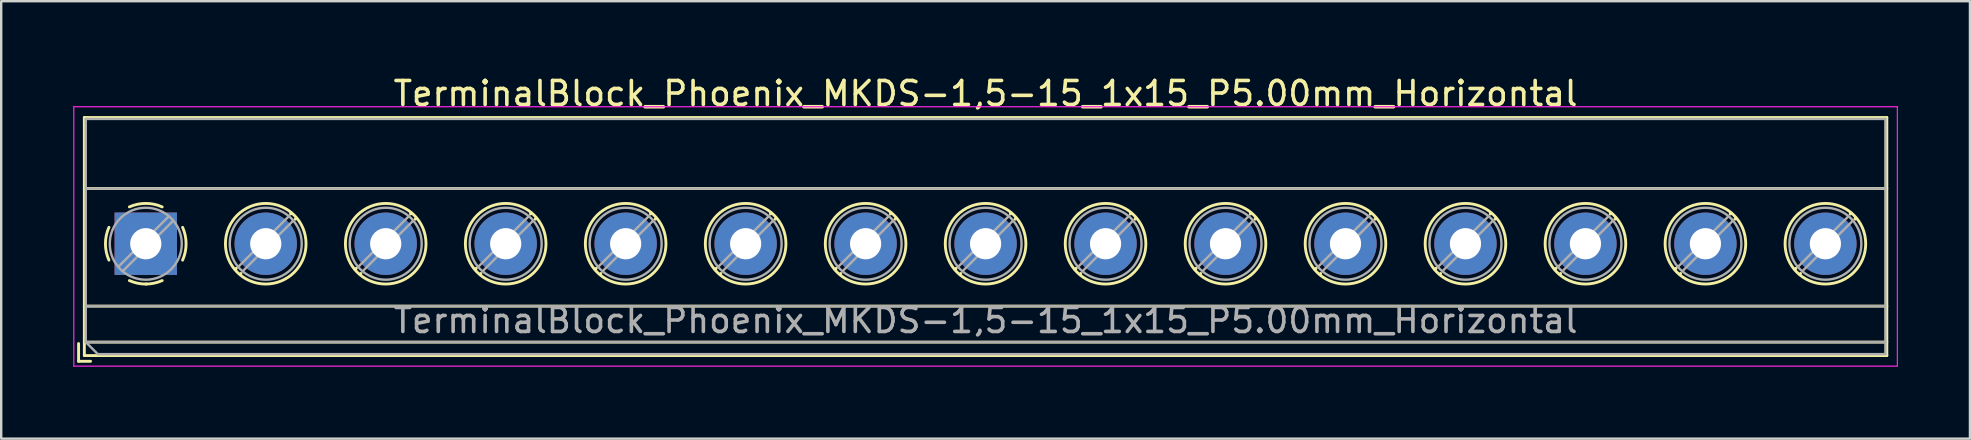
<source format=kicad_pcb>
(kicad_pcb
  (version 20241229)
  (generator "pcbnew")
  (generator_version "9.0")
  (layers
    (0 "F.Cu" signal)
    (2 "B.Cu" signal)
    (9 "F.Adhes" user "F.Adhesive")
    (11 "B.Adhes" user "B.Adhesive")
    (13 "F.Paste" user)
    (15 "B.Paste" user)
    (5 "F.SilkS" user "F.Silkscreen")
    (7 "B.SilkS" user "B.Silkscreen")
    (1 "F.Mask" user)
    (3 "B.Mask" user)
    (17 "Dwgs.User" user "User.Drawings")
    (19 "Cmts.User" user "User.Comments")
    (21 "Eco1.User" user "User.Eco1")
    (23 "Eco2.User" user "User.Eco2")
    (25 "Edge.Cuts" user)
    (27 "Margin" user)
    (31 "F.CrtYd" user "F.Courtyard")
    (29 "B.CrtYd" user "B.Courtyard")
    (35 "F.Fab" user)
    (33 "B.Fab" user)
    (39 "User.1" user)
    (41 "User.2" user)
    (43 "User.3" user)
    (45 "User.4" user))
  (footprint "TerminalBlock_Phoenix_MKDS-1,5-15_1x15_P5.00mm_Horizontal"
    (layer "F.Cu")
    (at 3.025 7.108)
    (property "Reference" "TerminalBlock_Phoenix_MKDS-1,5-15_1x15_P5.00mm_Horizontal" (at 35 -6.26 0) (layer "F.SilkS") (effects (font (size 1 1) (thickness 0.15))))
    (attr through_hole)
    (fp_line (start -2.8 4.16) (end -2.8 4.9) (stroke (width 0.12) (type solid)) (layer "F.SilkS"))
    (fp_line (start -2.8 4.9) (end -2.3 4.9) (stroke (width 0.12) (type solid)) (layer "F.SilkS"))
    (fp_line (start -2.56 -5.261) (end -2.56 4.66) (stroke (width 0.12) (type solid)) (layer "F.SilkS"))
    (fp_line (start -2.56 -5.261) (end 72.56 -5.261) (stroke (width 0.12) (type solid)) (layer "F.SilkS"))
    (fp_line (start -2.56 -2.301) (end 72.56 -2.301) (stroke (width 0.12) (type solid)) (layer "F.SilkS"))
    (fp_line (start -2.56 2.6) (end 72.56 2.6) (stroke (width 0.12) (type solid)) (layer "F.SilkS"))
    (fp_line (start -2.56 4.1) (end 72.56 4.1) (stroke (width 0.12) (type solid)) (layer "F.SilkS"))
    (fp_line (start -2.56 4.66) (end 72.56 4.66) (stroke (width 0.12) (type solid)) (layer "F.SilkS"))
    (fp_line (start 3.773 1.023) (end 3.726 1.069) (stroke (width 0.12) (type solid)) (layer "F.SilkS"))
    (fp_line (start 3.966 1.239) (end 3.931 1.274) (stroke (width 0.12) (type solid)) (layer "F.SilkS"))
    (fp_line (start 6.07 -1.275) (end 6.035 -1.239) (stroke (width 0.12) (type solid)) (layer "F.SilkS"))
    (fp_line (start 6.275 -1.069) (end 6.228 -1.023) (stroke (width 0.12) (type solid)) (layer "F.SilkS"))
    (fp_line (start 8.773 1.023) (end 8.726 1.069) (stroke (width 0.12) (type solid)) (layer "F.SilkS"))
    (fp_line (start 8.966 1.239) (end 8.931 1.274) (stroke (width 0.12) (type solid)) (layer "F.SilkS"))
    (fp_line (start 11.07 -1.275) (end 11.035 -1.239) (stroke (width 0.12) (type solid)) (layer "F.SilkS"))
    (fp_line (start 11.275 -1.069) (end 11.228 -1.023) (stroke (width 0.12) (type solid)) (layer "F.SilkS"))
    (fp_line (start 13.773 1.023) (end 13.726 1.069) (stroke (width 0.12) (type solid)) (layer "F.SilkS"))
    (fp_line (start 13.966 1.239) (end 13.931 1.274) (stroke (width 0.12) (type solid)) (layer "F.SilkS"))
    (fp_line (start 16.07 -1.275) (end 16.035 -1.239) (stroke (width 0.12) (type solid)) (layer "F.SilkS"))
    (fp_line (start 16.275 -1.069) (end 16.228 -1.023) (stroke (width 0.12) (type solid)) (layer "F.SilkS"))
    (fp_line (start 18.773 1.023) (end 18.726 1.069) (stroke (width 0.12) (type solid)) (layer "F.SilkS"))
    (fp_line (start 18.966 1.239) (end 18.931 1.274) (stroke (width 0.12) (type solid)) (layer "F.SilkS"))
    (fp_line (start 21.07 -1.275) (end 21.035 -1.239) (stroke (width 0.12) (type solid)) (layer "F.SilkS"))
    (fp_line (start 21.275 -1.069) (end 21.228 -1.023) (stroke (width 0.12) (type solid)) (layer "F.SilkS"))
    (fp_line (start 23.773 1.023) (end 23.726 1.069) (stroke (width 0.12) (type solid)) (layer "F.SilkS"))
    (fp_line (start 23.966 1.239) (end 23.931 1.274) (stroke (width 0.12) (type solid)) (layer "F.SilkS"))
    (fp_line (start 26.07 -1.275) (end 26.035 -1.239) (stroke (width 0.12) (type solid)) (layer "F.SilkS"))
    (fp_line (start 26.275 -1.069) (end 26.228 -1.023) (stroke (width 0.12) (type solid)) (layer "F.SilkS"))
    (fp_line (start 28.773 1.023) (end 28.726 1.069) (stroke (width 0.12) (type solid)) (layer "F.SilkS"))
    (fp_line (start 28.966 1.239) (end 28.931 1.274) (stroke (width 0.12) (type solid)) (layer "F.SilkS"))
    (fp_line (start 31.07 -1.275) (end 31.035 -1.239) (stroke (width 0.12) (type solid)) (layer "F.SilkS"))
    (fp_line (start 31.275 -1.069) (end 31.228 -1.023) (stroke (width 0.12) (type solid)) (layer "F.SilkS"))
    (fp_line (start 33.773 1.023) (end 33.726 1.069) (stroke (width 0.12) (type solid)) (layer "F.SilkS"))
    (fp_line (start 33.966 1.239) (end 33.931 1.274) (stroke (width 0.12) (type solid)) (layer "F.SilkS"))
    (fp_line (start 36.07 -1.275) (end 36.035 -1.239) (stroke (width 0.12) (type solid)) (layer "F.SilkS"))
    (fp_line (start 36.275 -1.069) (end 36.228 -1.023) (stroke (width 0.12) (type solid)) (layer "F.SilkS"))
    (fp_line (start 38.773 1.023) (end 38.726 1.069) (stroke (width 0.12) (type solid)) (layer "F.SilkS"))
    (fp_line (start 38.966 1.239) (end 38.931 1.274) (stroke (width 0.12) (type solid)) (layer "F.SilkS"))
    (fp_line (start 41.07 -1.275) (end 41.035 -1.239) (stroke (width 0.12) (type solid)) (layer "F.SilkS"))
    (fp_line (start 41.275 -1.069) (end 41.228 -1.023) (stroke (width 0.12) (type solid)) (layer "F.SilkS"))
    (fp_line (start 43.773 1.023) (end 43.726 1.069) (stroke (width 0.12) (type solid)) (layer "F.SilkS"))
    (fp_line (start 43.966 1.239) (end 43.931 1.274) (stroke (width 0.12) (type solid)) (layer "F.SilkS"))
    (fp_line (start 46.07 -1.275) (end 46.035 -1.239) (stroke (width 0.12) (type solid)) (layer "F.SilkS"))
    (fp_line (start 46.275 -1.069) (end 46.228 -1.023) (stroke (width 0.12) (type solid)) (layer "F.SilkS"))
    (fp_line (start 48.773 1.023) (end 48.726 1.069) (stroke (width 0.12) (type solid)) (layer "F.SilkS"))
    (fp_line (start 48.966 1.239) (end 48.931 1.274) (stroke (width 0.12) (type solid)) (layer "F.SilkS"))
    (fp_line (start 51.07 -1.275) (end 51.035 -1.239) (stroke (width 0.12) (type solid)) (layer "F.SilkS"))
    (fp_line (start 51.275 -1.069) (end 51.228 -1.023) (stroke (width 0.12) (type solid)) (layer "F.SilkS"))
    (fp_line (start 53.773 1.023) (end 53.726 1.069) (stroke (width 0.12) (type solid)) (layer "F.SilkS"))
    (fp_line (start 53.966 1.239) (end 53.931 1.274) (stroke (width 0.12) (type solid)) (layer "F.SilkS"))
    (fp_line (start 56.07 -1.275) (end 56.035 -1.239) (stroke (width 0.12) (type solid)) (layer "F.SilkS"))
    (fp_line (start 56.275 -1.069) (end 56.228 -1.023) (stroke (width 0.12) (type solid)) (layer "F.SilkS"))
    (fp_line (start 58.773 1.023) (end 58.726 1.069) (stroke (width 0.12) (type solid)) (layer "F.SilkS"))
    (fp_line (start 58.966 1.239) (end 58.931 1.274) (stroke (width 0.12) (type solid)) (layer "F.SilkS"))
    (fp_line (start 61.07 -1.275) (end 61.035 -1.239) (stroke (width 0.12) (type solid)) (layer "F.SilkS"))
    (fp_line (start 61.275 -1.069) (end 61.228 -1.023) (stroke (width 0.12) (type solid)) (layer "F.SilkS"))
    (fp_line (start 63.773 1.023) (end 63.726 1.069) (stroke (width 0.12) (type solid)) (layer "F.SilkS"))
    (fp_line (start 63.966 1.239) (end 63.931 1.274) (stroke (width 0.12) (type solid)) (layer "F.SilkS"))
    (fp_line (start 66.07 -1.275) (end 66.035 -1.239) (stroke (width 0.12) (type solid)) (layer "F.SilkS"))
    (fp_line (start 66.275 -1.069) (end 66.228 -1.023) (stroke (width 0.12) (type solid)) (layer "F.SilkS"))
    (fp_line (start 68.773 1.023) (end 68.726 1.069) (stroke (width 0.12) (type solid)) (layer "F.SilkS"))
    (fp_line (start 68.966 1.239) (end 68.931 1.274) (stroke (width 0.12) (type solid)) (layer "F.SilkS"))
    (fp_line (start 71.07 -1.275) (end 71.035 -1.239) (stroke (width 0.12) (type solid)) (layer "F.SilkS"))
    (fp_line (start 71.275 -1.069) (end 71.228 -1.023) (stroke (width 0.12) (type solid)) (layer "F.SilkS"))
    (fp_line (start 72.56 -5.261) (end 72.56 4.66) (stroke (width 0.12) (type solid)) (layer "F.SilkS"))
    (fp_arc (start -1.535427 0.683042) (mid -1.680501 -0.000524) (end -1.535 -0.684) (stroke (width 0.12) (type solid)) (layer "F.SilkS"))
    (fp_arc (start -0.683042 -1.535427) (mid 0.000524 -1.680501) (end 0.684 -1.535) (stroke (width 0.12) (type solid)) (layer "F.SilkS"))
    (fp_arc (start 0.028805 1.680253) (mid -0.335551 1.646659) (end -0.684 1.535) (stroke (width 0.12) (type solid)) (layer "F.SilkS"))
    (fp_arc (start 0.683318 1.534756) (mid 0.349292 1.643288) (end 0 1.68) (stroke (width 0.12) (type solid)) (layer "F.SilkS"))
    (fp_arc (start 1.535427 -0.683042) (mid 1.680501 0.000524) (end 1.535 0.684) (stroke (width 0.12) (type solid)) (layer "F.SilkS"))
    (fp_circle (center 5 0) (end 6.68 0) (stroke (width 0.12) (type solid)) (fill no) (layer "F.SilkS"))
    (fp_circle (center 10 0) (end 11.68 0) (stroke (width 0.12) (type solid)) (fill no) (layer "F.SilkS"))
    (fp_circle (center 15 0) (end 16.68 0) (stroke (width 0.12) (type solid)) (fill no) (layer "F.SilkS"))
    (fp_circle (center 20 0) (end 21.68 0) (stroke (width 0.12) (type solid)) (fill no) (layer "F.SilkS"))
    (fp_circle (center 25 0) (end 26.68 0) (stroke (width 0.12) (type solid)) (fill no) (layer "F.SilkS"))
    (fp_circle (center 30 0) (end 31.68 0) (stroke (width 0.12) (type solid)) (fill no) (layer "F.SilkS"))
    (fp_circle (center 35 0) (end 36.68 0) (stroke (width 0.12) (type solid)) (fill no) (layer "F.SilkS"))
    (fp_circle (center 40 0) (end 41.68 0) (stroke (width 0.12) (type solid)) (fill no) (layer "F.SilkS"))
    (fp_circle (center 45 0) (end 46.68 0) (stroke (width 0.12) (type solid)) (fill no) (layer "F.SilkS"))
    (fp_circle (center 50 0) (end 51.68 0) (stroke (width 0.12) (type solid)) (fill no) (layer "F.SilkS"))
    (fp_circle (center 55 0) (end 56.68 0) (stroke (width 0.12) (type solid)) (fill no) (layer "F.SilkS"))
    (fp_circle (center 60 0) (end 61.68 0) (stroke (width 0.12) (type solid)) (fill no) (layer "F.SilkS"))
    (fp_circle (center 65 0) (end 66.68 0) (stroke (width 0.12) (type solid)) (fill no) (layer "F.SilkS"))
    (fp_circle (center 70 0) (end 71.68 0) (stroke (width 0.12) (type solid)) (fill no) (layer "F.SilkS"))
    (fp_line (start -3 -5.71) (end -3 5.1) (stroke (width 0.05) (type solid)) (layer "F.CrtYd"))
    (fp_line (start -3 5.1) (end 73 5.1) (stroke (width 0.05) (type solid)) (layer "F.CrtYd"))
    (fp_line (start 73 -5.71) (end -3 -5.71) (stroke (width 0.05) (type solid)) (layer "F.CrtYd"))
    (fp_line (start 73 5.1) (end 73 -5.71) (stroke (width 0.05) (type solid)) (layer "F.CrtYd"))
    (fp_line (start -2.5 -5.2) (end 72.5 -5.2) (stroke (width 0.1) (type solid)) (layer "F.Fab"))
    (fp_line (start -2.5 -2.3) (end 72.5 -2.3) (stroke (width 0.1) (type solid)) (layer "F.Fab"))
    (fp_line (start -2.5 2.6) (end 72.5 2.6) (stroke (width 0.1) (type solid)) (layer "F.Fab"))
    (fp_line (start -2.5 4.1) (end -2.5 -5.2) (stroke (width 0.1) (type solid)) (layer "F.Fab"))
    (fp_line (start -2.5 4.1) (end 72.5 4.1) (stroke (width 0.1) (type solid)) (layer "F.Fab"))
    (fp_line (start -2 4.6) (end -2.5 4.1) (stroke (width 0.1) (type solid)) (layer "F.Fab"))
    (fp_line (start 0.955 -1.138) (end -1.138 0.955) (stroke (width 0.1) (type solid)) (layer "F.Fab"))
    (fp_line (start 1.138 -0.955) (end -0.955 1.138) (stroke (width 0.1) (type solid)) (layer "F.Fab"))
    (fp_line (start 5.955 -1.138) (end 3.863 0.955) (stroke (width 0.1) (type solid)) (layer "F.Fab"))
    (fp_line (start 6.138 -0.955) (end 4.046 1.138) (stroke (width 0.1) (type solid)) (layer "F.Fab"))
    (fp_line (start 10.955 -1.138) (end 8.863 0.955) (stroke (width 0.1) (type solid)) (layer "F.Fab"))
    (fp_line (start 11.138 -0.955) (end 9.046 1.138) (stroke (width 0.1) (type solid)) (layer "F.Fab"))
    (fp_line (start 15.955 -1.138) (end 13.863 0.955) (stroke (width 0.1) (type solid)) (layer "F.Fab"))
    (fp_line (start 16.138 -0.955) (end 14.046 1.138) (stroke (width 0.1) (type solid)) (layer "F.Fab"))
    (fp_line (start 20.955 -1.138) (end 18.863 0.955) (stroke (width 0.1) (type solid)) (layer "F.Fab"))
    (fp_line (start 21.138 -0.955) (end 19.046 1.138) (stroke (width 0.1) (type solid)) (layer "F.Fab"))
    (fp_line (start 25.955 -1.138) (end 23.863 0.955) (stroke (width 0.1) (type solid)) (layer "F.Fab"))
    (fp_line (start 26.138 -0.955) (end 24.046 1.138) (stroke (width 0.1) (type solid)) (layer "F.Fab"))
    (fp_line (start 30.955 -1.138) (end 28.863 0.955) (stroke (width 0.1) (type solid)) (layer "F.Fab"))
    (fp_line (start 31.138 -0.955) (end 29.046 1.138) (stroke (width 0.1) (type solid)) (layer "F.Fab"))
    (fp_line (start 35.955 -1.138) (end 33.863 0.955) (stroke (width 0.1) (type solid)) (layer "F.Fab"))
    (fp_line (start 36.138 -0.955) (end 34.046 1.138) (stroke (width 0.1) (type solid)) (layer "F.Fab"))
    (fp_line (start 40.955 -1.138) (end 38.863 0.955) (stroke (width 0.1) (type solid)) (layer "F.Fab"))
    (fp_line (start 41.138 -0.955) (end 39.046 1.138) (stroke (width 0.1) (type solid)) (layer "F.Fab"))
    (fp_line (start 45.955 -1.138) (end 43.863 0.955) (stroke (width 0.1) (type solid)) (layer "F.Fab"))
    (fp_line (start 46.138 -0.955) (end 44.046 1.138) (stroke (width 0.1) (type solid)) (layer "F.Fab"))
    (fp_line (start 50.955 -1.138) (end 48.863 0.955) (stroke (width 0.1) (type solid)) (layer "F.Fab"))
    (fp_line (start 51.138 -0.955) (end 49.046 1.138) (stroke (width 0.1) (type solid)) (layer "F.Fab"))
    (fp_line (start 55.955 -1.138) (end 53.863 0.955) (stroke (width 0.1) (type solid)) (layer "F.Fab"))
    (fp_line (start 56.138 -0.955) (end 54.046 1.138) (stroke (width 0.1) (type solid)) (layer "F.Fab"))
    (fp_line (start 60.955 -1.138) (end 58.863 0.955) (stroke (width 0.1) (type solid)) (layer "F.Fab"))
    (fp_line (start 61.138 -0.955) (end 59.046 1.138) (stroke (width 0.1) (type solid)) (layer "F.Fab"))
    (fp_line (start 65.955 -1.138) (end 63.863 0.955) (stroke (width 0.1) (type solid)) (layer "F.Fab"))
    (fp_line (start 66.138 -0.955) (end 64.046 1.138) (stroke (width 0.1) (type solid)) (layer "F.Fab"))
    (fp_line (start 70.955 -1.138) (end 68.863 0.955) (stroke (width 0.1) (type solid)) (layer "F.Fab"))
    (fp_line (start 71.138 -0.955) (end 69.046 1.138) (stroke (width 0.1) (type solid)) (layer "F.Fab"))
    (fp_line (start 72.5 -5.2) (end 72.5 4.6) (stroke (width 0.1) (type solid)) (layer "F.Fab"))
    (fp_line (start 72.5 4.6) (end -2 4.6) (stroke (width 0.1) (type solid)) (layer "F.Fab"))
    (fp_circle (center 0 0) (end 1.5 0) (stroke (width 0.1) (type solid)) (fill no) (layer "F.Fab"))
    (fp_circle (center 5 0) (end 6.5 0) (stroke (width 0.1) (type solid)) (fill no) (layer "F.Fab"))
    (fp_circle (center 10 0) (end 11.5 0) (stroke (width 0.1) (type solid)) (fill no) (layer "F.Fab"))
    (fp_circle (center 15 0) (end 16.5 0) (stroke (width 0.1) (type solid)) (fill no) (layer "F.Fab"))
    (fp_circle (center 20 0) (end 21.5 0) (stroke (width 0.1) (type solid)) (fill no) (layer "F.Fab"))
    (fp_circle (center 25 0) (end 26.5 0) (stroke (width 0.1) (type solid)) (fill no) (layer "F.Fab"))
    (fp_circle (center 30 0) (end 31.5 0) (stroke (width 0.1) (type solid)) (fill no) (layer "F.Fab"))
    (fp_circle (center 35 0) (end 36.5 0) (stroke (width 0.1) (type solid)) (fill no) (layer "F.Fab"))
    (fp_circle (center 40 0) (end 41.5 0) (stroke (width 0.1) (type solid)) (fill no) (layer "F.Fab"))
    (fp_circle (center 45 0) (end 46.5 0) (stroke (width 0.1) (type solid)) (fill no) (layer "F.Fab"))
    (fp_circle (center 50 0) (end 51.5 0) (stroke (width 0.1) (type solid)) (fill no) (layer "F.Fab"))
    (fp_circle (center 55 0) (end 56.5 0) (stroke (width 0.1) (type solid)) (fill no) (layer "F.Fab"))
    (fp_circle (center 60 0) (end 61.5 0) (stroke (width 0.1) (type solid)) (fill no) (layer "F.Fab"))
    (fp_circle (center 65 0) (end 66.5 0) (stroke (width 0.1) (type solid)) (fill no) (layer "F.Fab"))
    (fp_circle (center 70 0) (end 71.5 0) (stroke (width 0.1) (type solid)) (fill no) (layer "F.Fab"))
    (fp_text user "${REFERENCE}" (at 35 3.2 0) (layer "F.Fab") (effects (font (size 1 1) (thickness 0.15))))
    (pad "1" thru_hole rect (at 0 0) (size 2.6 2.6) (drill 1.3) (layers "*.Cu" "*.Mask"))
    (pad "2" thru_hole circle (at 5 0) (size 2.6 2.6) (drill 1.3) (layers "*.Cu" "*.Mask"))
    (pad "3" thru_hole circle (at 10 0) (size 2.6 2.6) (drill 1.3) (layers "*.Cu" "*.Mask"))
    (pad "4" thru_hole circle (at 15 0) (size 2.6 2.6) (drill 1.3) (layers "*.Cu" "*.Mask"))
    (pad "5" thru_hole circle (at 20 0) (size 2.6 2.6) (drill 1.3) (layers "*.Cu" "*.Mask"))
    (pad "6" thru_hole circle (at 25 0) (size 2.6 2.6) (drill 1.3) (layers "*.Cu" "*.Mask"))
    (pad "7" thru_hole circle (at 30 0) (size 2.6 2.6) (drill 1.3) (layers "*.Cu" "*.Mask"))
    (pad "8" thru_hole circle (at 35 0) (size 2.6 2.6) (drill 1.3) (layers "*.Cu" "*.Mask"))
    (pad "9" thru_hole circle (at 40 0) (size 2.6 2.6) (drill 1.3) (layers "*.Cu" "*.Mask"))
    (pad "10" thru_hole circle (at 45 0) (size 2.6 2.6) (drill 1.3) (layers "*.Cu" "*.Mask"))
    (pad "11" thru_hole circle (at 50 0) (size 2.6 2.6) (drill 1.3) (layers "*.Cu" "*.Mask"))
    (pad "12" thru_hole circle (at 55 0) (size 2.6 2.6) (drill 1.3) (layers "*.Cu" "*.Mask"))
    (pad "13" thru_hole circle (at 60 0) (size 2.6 2.6) (drill 1.3) (layers "*.Cu" "*.Mask"))
    (pad "14" thru_hole circle (at 65 0) (size 2.6 2.6) (drill 1.3) (layers "*.Cu" "*.Mask"))
    (pad "15" thru_hole circle (at 70 0) (size 2.6 2.6) (drill 1.3) (layers "*.Cu" "*.Mask")))
  (gr_rect
    (start -3 -3)
    (end 79.05 15.233)
    (stroke (width 0.1) (type default))
    (fill no)
    (layer "Edge.Cuts")))
</source>
